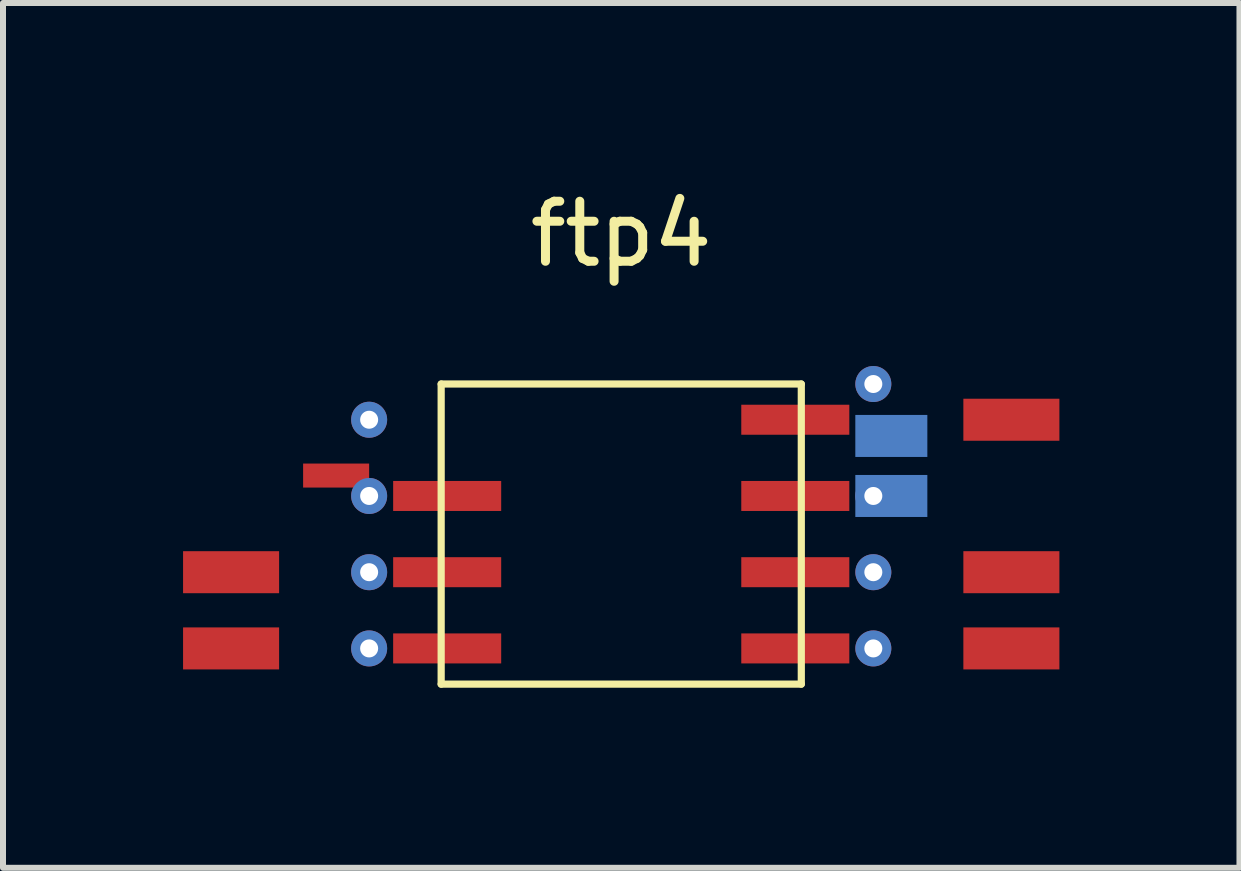
<source format=kicad_pcb>
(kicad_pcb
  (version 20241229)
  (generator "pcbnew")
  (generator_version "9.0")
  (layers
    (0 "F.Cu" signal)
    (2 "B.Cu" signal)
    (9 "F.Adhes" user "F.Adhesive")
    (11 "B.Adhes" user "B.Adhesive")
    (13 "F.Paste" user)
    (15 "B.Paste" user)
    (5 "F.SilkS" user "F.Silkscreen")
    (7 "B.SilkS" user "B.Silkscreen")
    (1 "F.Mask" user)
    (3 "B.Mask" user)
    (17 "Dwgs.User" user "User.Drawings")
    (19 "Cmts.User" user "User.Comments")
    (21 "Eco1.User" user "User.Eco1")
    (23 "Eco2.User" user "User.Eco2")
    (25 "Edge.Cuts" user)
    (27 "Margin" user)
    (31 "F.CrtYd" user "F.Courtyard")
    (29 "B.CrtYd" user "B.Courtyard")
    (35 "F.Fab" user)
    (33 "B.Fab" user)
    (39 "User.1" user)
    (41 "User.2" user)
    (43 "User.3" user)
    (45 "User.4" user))
  (footprint "ftp4"
    (layer "F.Cu")
    (at 7.3 5.848)
    (property "Reference" "ftp4" (at 0 -5 0) (layer "F.SilkS") (effects (font (size 1 1) (thickness 0.15))))
    (attr smd)
    (fp_line (start -3 -2.5) (end 3 -2.5) (stroke (width 0.12) (type solid)) (layer "F.SilkS"))
    (fp_line (start -3 2.5) (end -3 -2.5) (stroke (width 0.12) (type solid)) (layer "F.SilkS"))
    (fp_line (start 3 -2.5) (end 3 2.5) (stroke (width 0.12) (type solid)) (layer "F.SilkS"))
    (fp_line (start 3 2.5) (end -3 2.5) (stroke (width 0.12) (type solid)) (layer "F.SilkS"))
    (pad "1" smd rect (at -4.75 -0.975) (size 1.1 0.4) (layers "F.Cu" "F.Mask" "F.Paste"))
    (pad "2" smd rect (at -2.9 -0.635) (size 1.8 0.5) (layers "F.Cu" "F.Mask" "F.Paste"))
    (pad "3" smd rect (at -2.9 0.635) (size 1.8 0.5) (layers "F.Cu" "F.Mask" "F.Paste"))
    (pad "4" smd rect (at -2.9 1.905) (size 1.8 0.5) (layers "F.Cu" "F.Mask" "F.Paste"))
    (pad "5" smd rect (at 2.9 1.905) (size 1.8 0.5) (layers "F.Cu" "F.Mask" "F.Paste"))
    (pad "6" smd rect (at 2.9 0.635) (size 1.8 0.5) (layers "F.Cu" "F.Mask" "F.Paste"))
    (pad "7" smd rect (at 2.9 -0.635) (size 1.8 0.5) (layers "F.Cu" "F.Mask" "F.Paste"))
    (pad "8" smd rect (at 2.9 -1.905) (size 1.8 0.5) (layers "F.Cu" "F.Mask" "F.Paste"))
    (pad "9" smd rect (at 4.5 -0.635) (size 1.2 0.7) (layers "B.Cu" "B.Mask"))
    (pad "10" smd rect (at 4.5 -1.635) (size 1.2 0.7) (layers "B.Cu" "B.Mask"))
    (pad "11" thru_hole circle (at -4.2 -1.905) (size 0.6 0.6) (drill 0.3) (layers "*.Cu" "*.Mask"))
    (pad "12" thru_hole circle (at -4.2 -0.635) (size 0.6 0.6) (drill 0.3) (layers "*.Cu" "*.Mask"))
    (pad "13" thru_hole circle (at -4.2 0.635) (size 0.6 0.6) (drill 0.3) (layers "*.Cu" "*.Mask"))
    (pad "14" thru_hole circle (at -4.2 1.905) (size 0.6 0.6) (drill 0.3) (layers "*.Cu" "*.Mask"))
    (pad "15" thru_hole circle (at 4.2 1.905) (size 0.6 0.6) (drill 0.3) (layers "*.Cu" "*.Mask"))
    (pad "16" thru_hole circle (at 4.2 0.635) (size 0.6 0.6) (drill 0.3) (layers "*.Cu" "*.Mask"))
    (pad "17" thru_hole circle (at 4.2 -0.635) (size 0.6 0.6) (drill 0.3) (layers "*.Cu" "*.Mask"))
    (pad "18" thru_hole circle (at 4.2 -2.5) (size 0.6 0.6) (drill 0.3) (layers "*.Cu" "*.Mask"))
    (pad "19" smd rect (at -6.5 0.635) (size 1.6 0.7) (layers "F.Cu" "F.Mask" "F.Paste"))
    (pad "20" smd rect (at -6.5 1.905) (size 1.6 0.7) (layers "F.Cu" "F.Mask" "F.Paste"))
    (pad "21" smd rect (at 6.5 1.905) (size 1.6 0.7) (layers "F.Cu" "F.Mask" "F.Paste"))
    (pad "22" smd rect (at 6.5 0.635) (size 1.6 0.7) (layers "F.Cu" "F.Mask" "F.Paste"))
    (pad "23" smd rect (at 6.5 -1.905) (size 1.6 0.7) (layers "F.Cu" "F.Mask" "F.Paste")))
  (gr_rect
    (start -3 -3)
    (end 17.6 11.408)
    (stroke (width 0.1) (type default))
    (fill no)
    (layer "Edge.Cuts")))
</source>
